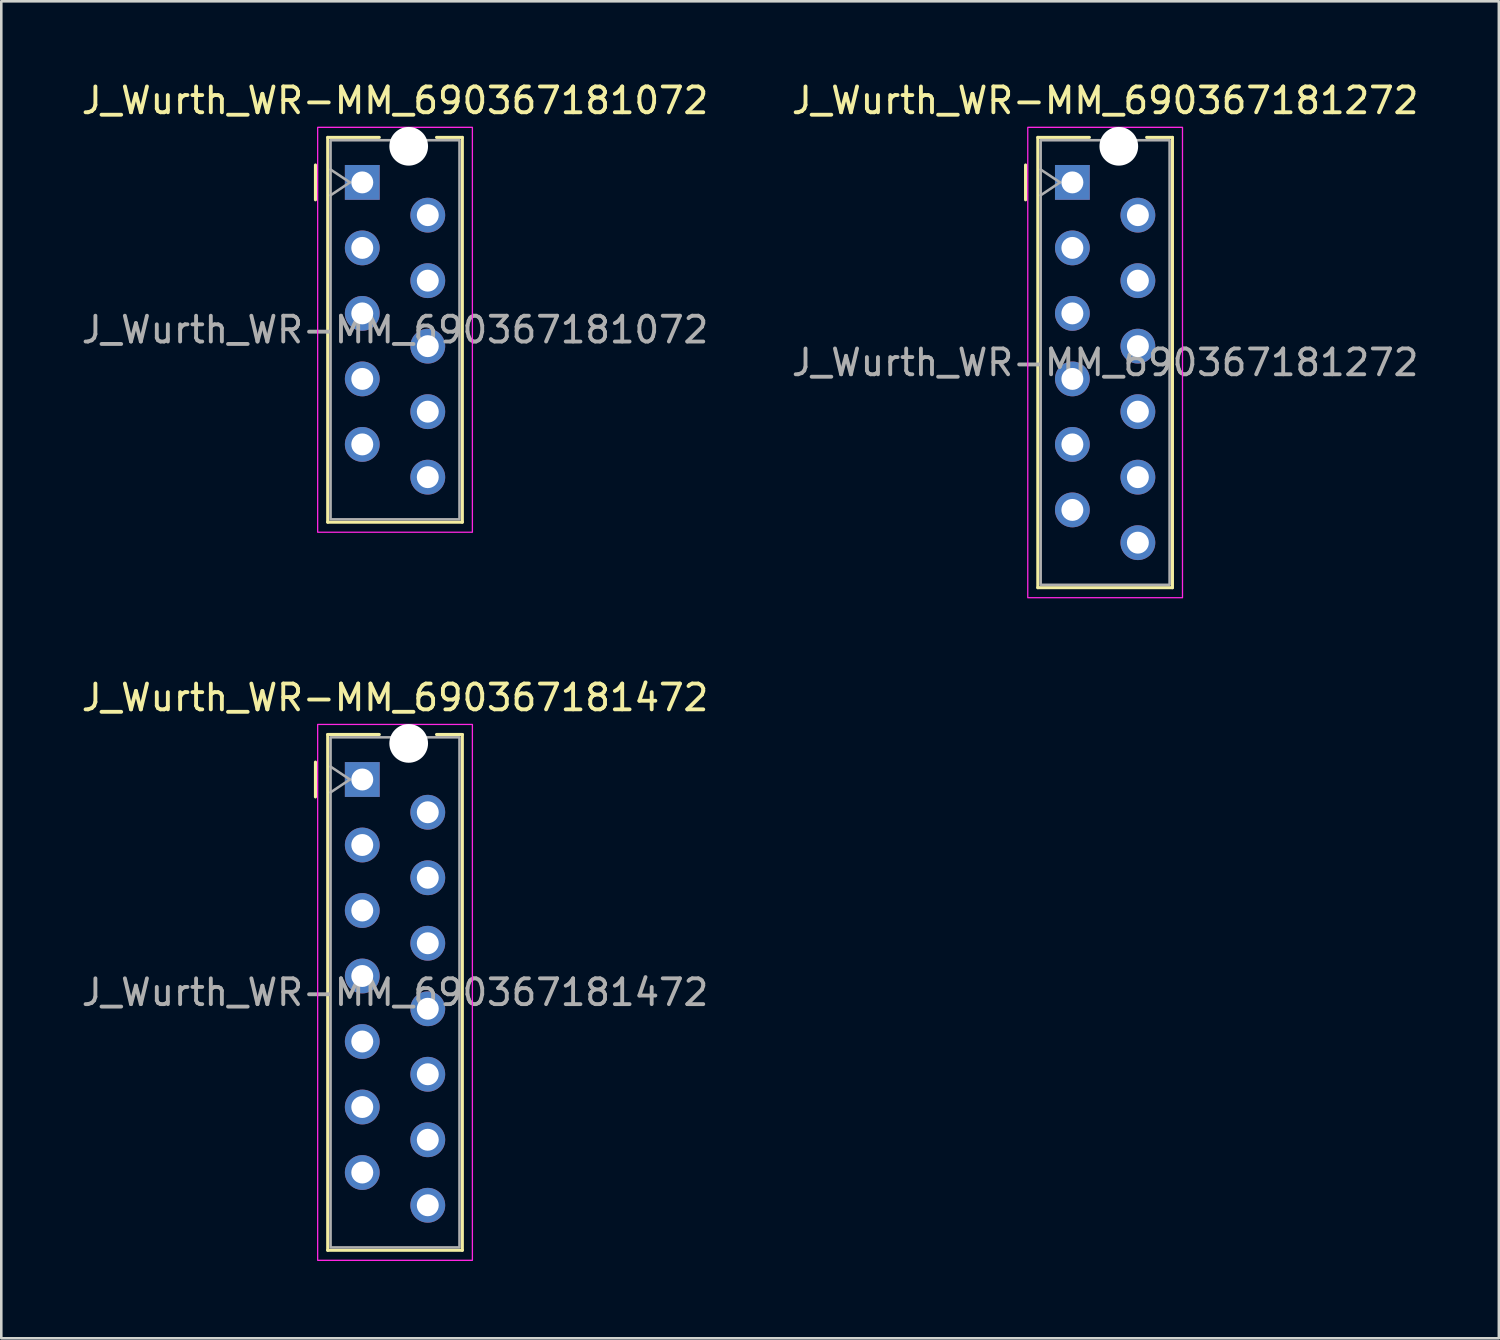
<source format=kicad_pcb>
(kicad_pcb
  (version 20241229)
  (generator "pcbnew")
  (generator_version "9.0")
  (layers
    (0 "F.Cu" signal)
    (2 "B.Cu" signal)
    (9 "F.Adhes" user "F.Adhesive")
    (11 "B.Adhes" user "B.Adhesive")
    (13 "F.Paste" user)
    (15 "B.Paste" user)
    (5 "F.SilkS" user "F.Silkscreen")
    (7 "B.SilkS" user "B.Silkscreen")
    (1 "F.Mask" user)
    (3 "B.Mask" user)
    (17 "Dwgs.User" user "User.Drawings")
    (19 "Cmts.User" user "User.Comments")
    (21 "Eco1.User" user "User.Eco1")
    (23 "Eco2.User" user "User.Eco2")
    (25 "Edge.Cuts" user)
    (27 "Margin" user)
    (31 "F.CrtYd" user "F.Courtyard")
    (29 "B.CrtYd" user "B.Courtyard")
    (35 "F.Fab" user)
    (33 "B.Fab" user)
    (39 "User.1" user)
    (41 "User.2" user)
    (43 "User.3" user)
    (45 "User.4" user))
  (footprint "J_Wurth_WR-MM_690367181272"
    (layer "F.Cu")
    (at 38.534 4.023)
    (property "Reference" "J_Wurth_WR-MM_690367181272" (at 1.27 -3.175 0) (unlocked yes) (layer "F.SilkS") (effects (font (size 1 1) (thickness 0.15))))
    (attr through_hole)
    (fp_line (start -1.815 0.675) (end -1.815 -0.675) (stroke (width 0.12) (type solid)) (layer "F.SilkS"))
    (fp_line (start -1.34 -1.745) (end -1.34 15.715) (stroke (width 0.12) (type solid)) (layer "F.SilkS"))
    (fp_line (start -1.34 -1.745) (end 0.66 -1.745) (stroke (width 0.12) (type solid)) (layer "F.SilkS"))
    (fp_line (start -1.34 15.715) (end 3.88 15.715) (stroke (width 0.12) (type solid)) (layer "F.SilkS"))
    (fp_line (start 3.88 -1.745) (end 2.88 -1.745) (stroke (width 0.12) (type solid)) (layer "F.SilkS"))
    (fp_line (start 3.88 -1.745) (end 3.88 15.715) (stroke (width 0.12) (type solid)) (layer "F.SilkS"))
    (fp_rect (start -1.73 -2.135) (end 4.27 16.105) (stroke (width 0.05) (type solid)) (fill no) (layer "F.CrtYd"))
    (fp_line (start -0.48 0) (end -1.23 -0.5) (stroke (width 0.1) (type solid)) (layer "F.Fab"))
    (fp_line (start -0.48 0) (end -1.23 0.5) (stroke (width 0.1) (type solid)) (layer "F.Fab"))
    (fp_rect (start -1.23 -1.635) (end 3.77 15.605) (stroke (width 0.1) (type solid)) (fill no) (layer "F.Fab"))
    (fp_text user "${REFERENCE}" (at 1.27 6.985 0) (unlocked yes) (layer "F.Fab") (effects (font (size 1 1) (thickness 0.15))))
    (pad "" np_thru_hole circle (at 1.8 -1.4 90) (size 1.5 1.5) (drill 1.5) (layers "*.Cu" "*.Mask"))
    (pad "1" thru_hole rect (at 0 0 90) (size 1.35 1.35) (drill 0.85) (layers "*.Cu" "*.Mask"))
    (pad "2" thru_hole circle (at 2.54 1.27 90) (size 1.35 1.35) (drill 0.85) (layers "*.Cu" "*.Mask"))
    (pad "3" thru_hole circle (at 0 2.54 90) (size 1.35 1.35) (drill 0.85) (layers "*.Cu" "*.Mask"))
    (pad "4" thru_hole circle (at 2.54 3.81 90) (size 1.35 1.35) (drill 0.85) (layers "*.Cu" "*.Mask"))
    (pad "5" thru_hole circle (at 0 5.08 90) (size 1.35 1.35) (drill 0.85) (layers "*.Cu" "*.Mask"))
    (pad "6" thru_hole circle (at 2.54 6.35 90) (size 1.35 1.35) (drill 0.85) (layers "*.Cu" "*.Mask"))
    (pad "7" thru_hole circle (at 0 7.62 90) (size 1.35 1.35) (drill 0.85) (layers "*.Cu" "*.Mask"))
    (pad "8" thru_hole circle (at 2.54 8.89 90) (size 1.35 1.35) (drill 0.85) (layers "*.Cu" "*.Mask"))
    (pad "9" thru_hole circle (at 0 10.16 90) (size 1.35 1.35) (drill 0.85) (layers "*.Cu" "*.Mask"))
    (pad "10" thru_hole circle (at 2.54 11.43 90) (size 1.35 1.35) (drill 0.85) (layers "*.Cu" "*.Mask"))
    (pad "11" thru_hole circle (at 0 12.7 90) (size 1.35 1.35) (drill 0.85) (layers "*.Cu" "*.Mask"))
    (pad "12" thru_hole circle (at 2.54 13.97 90) (size 1.35 1.35) (drill 0.85) (layers "*.Cu" "*.Mask")))
  (footprint "J_Wurth_WR-MM_690367181472"
    (layer "F.Cu")
    (at 10.998 27.177)
    (property "Reference" "J_Wurth_WR-MM_690367181472" (at 1.27 -3.175 0) (unlocked yes) (layer "F.SilkS") (effects (font (size 1 1) (thickness 0.15))))
    (attr through_hole)
    (fp_line (start -1.815 0.675) (end -1.815 -0.675) (stroke (width 0.12) (type solid)) (layer "F.SilkS"))
    (fp_line (start -1.34 -1.745) (end -1.34 18.255) (stroke (width 0.12) (type solid)) (layer "F.SilkS"))
    (fp_line (start -1.34 -1.745) (end 0.66 -1.745) (stroke (width 0.12) (type solid)) (layer "F.SilkS"))
    (fp_line (start -1.34 18.255) (end 3.88 18.255) (stroke (width 0.12) (type solid)) (layer "F.SilkS"))
    (fp_line (start 3.88 -1.745) (end 2.88 -1.745) (stroke (width 0.12) (type solid)) (layer "F.SilkS"))
    (fp_line (start 3.88 -1.745) (end 3.88 18.255) (stroke (width 0.12) (type solid)) (layer "F.SilkS"))
    (fp_rect (start -1.73 -2.135) (end 4.27 18.645) (stroke (width 0.05) (type solid)) (fill no) (layer "F.CrtYd"))
    (fp_line (start -0.48 0) (end -1.23 -0.5) (stroke (width 0.1) (type solid)) (layer "F.Fab"))
    (fp_line (start -0.48 0) (end -1.23 0.5) (stroke (width 0.1) (type solid)) (layer "F.Fab"))
    (fp_rect (start -1.23 -1.635) (end 3.77 18.145) (stroke (width 0.1) (type solid)) (fill no) (layer "F.Fab"))
    (fp_text user "${REFERENCE}" (at 1.27 8.255 0) (unlocked yes) (layer "F.Fab") (effects (font (size 1 1) (thickness 0.15))))
    (pad "" np_thru_hole circle (at 1.8 -1.4 90) (size 1.5 1.5) (drill 1.5) (layers "*.Cu" "*.Mask"))
    (pad "1" thru_hole rect (at 0 0 90) (size 1.35 1.35) (drill 0.85) (layers "*.Cu" "*.Mask"))
    (pad "2" thru_hole circle (at 2.54 1.27 90) (size 1.35 1.35) (drill 0.85) (layers "*.Cu" "*.Mask"))
    (pad "3" thru_hole circle (at 0 2.54 90) (size 1.35 1.35) (drill 0.85) (layers "*.Cu" "*.Mask"))
    (pad "4" thru_hole circle (at 2.54 3.81 90) (size 1.35 1.35) (drill 0.85) (layers "*.Cu" "*.Mask"))
    (pad "5" thru_hole circle (at 0 5.08 90) (size 1.35 1.35) (drill 0.85) (layers "*.Cu" "*.Mask"))
    (pad "6" thru_hole circle (at 2.54 6.35 90) (size 1.35 1.35) (drill 0.85) (layers "*.Cu" "*.Mask"))
    (pad "7" thru_hole circle (at 0 7.62 90) (size 1.35 1.35) (drill 0.85) (layers "*.Cu" "*.Mask"))
    (pad "8" thru_hole circle (at 2.54 8.89 90) (size 1.35 1.35) (drill 0.85) (layers "*.Cu" "*.Mask"))
    (pad "9" thru_hole circle (at 0 10.16 90) (size 1.35 1.35) (drill 0.85) (layers "*.Cu" "*.Mask"))
    (pad "10" thru_hole circle (at 2.54 11.43 90) (size 1.35 1.35) (drill 0.85) (layers "*.Cu" "*.Mask"))
    (pad "11" thru_hole circle (at 0 12.7 90) (size 1.35 1.35) (drill 0.85) (layers "*.Cu" "*.Mask"))
    (pad "12" thru_hole circle (at 2.54 13.97 90) (size 1.35 1.35) (drill 0.85) (layers "*.Cu" "*.Mask"))
    (pad "13" thru_hole circle (at 0 15.24 90) (size 1.35 1.35) (drill 0.85) (layers "*.Cu" "*.Mask"))
    (pad "14" thru_hole circle (at 2.54 16.51 90) (size 1.35 1.35) (drill 0.85) (layers "*.Cu" "*.Mask")))
  (footprint "J_Wurth_WR-MM_690367181072"
    (layer "F.Cu")
    (at 10.998 4.023)
    (property "Reference" "J_Wurth_WR-MM_690367181072" (at 1.27 -3.175 0) (unlocked yes) (layer "F.SilkS") (effects (font (size 1 1) (thickness 0.15))))
    (attr through_hole)
    (fp_line (start -1.815 0.675) (end -1.815 -0.675) (stroke (width 0.12) (type solid)) (layer "F.SilkS"))
    (fp_line (start -1.34 -1.745) (end -1.34 13.175) (stroke (width 0.12) (type solid)) (layer "F.SilkS"))
    (fp_line (start -1.34 -1.745) (end 0.66 -1.745) (stroke (width 0.12) (type solid)) (layer "F.SilkS"))
    (fp_line (start -1.34 13.175) (end 3.88 13.175) (stroke (width 0.12) (type solid)) (layer "F.SilkS"))
    (fp_line (start 3.88 -1.745) (end 2.88 -1.745) (stroke (width 0.12) (type solid)) (layer "F.SilkS"))
    (fp_line (start 3.88 -1.745) (end 3.88 13.175) (stroke (width 0.12) (type solid)) (layer "F.SilkS"))
    (fp_rect (start -1.73 -2.135) (end 4.27 13.565) (stroke (width 0.05) (type solid)) (fill no) (layer "F.CrtYd"))
    (fp_line (start -0.48 0) (end -1.23 -0.5) (stroke (width 0.1) (type solid)) (layer "F.Fab"))
    (fp_line (start -0.48 0) (end -1.23 0.5) (stroke (width 0.1) (type solid)) (layer "F.Fab"))
    (fp_rect (start -1.23 -1.635) (end 3.77 13.065) (stroke (width 0.1) (type solid)) (fill no) (layer "F.Fab"))
    (fp_text user "${REFERENCE}" (at 1.27 5.715 0) (unlocked yes) (layer "F.Fab") (effects (font (size 1 1) (thickness 0.15))))
    (pad "" np_thru_hole circle (at 1.8 -1.4 90) (size 1.5 1.5) (drill 1.5) (layers "*.Cu" "*.Mask"))
    (pad "1" thru_hole rect (at 0 0 90) (size 1.35 1.35) (drill 0.85) (layers "*.Cu" "*.Mask"))
    (pad "2" thru_hole circle (at 2.54 1.27 90) (size 1.35 1.35) (drill 0.85) (layers "*.Cu" "*.Mask"))
    (pad "3" thru_hole circle (at 0 2.54 90) (size 1.35 1.35) (drill 0.85) (layers "*.Cu" "*.Mask"))
    (pad "4" thru_hole circle (at 2.54 3.81 90) (size 1.35 1.35) (drill 0.85) (layers "*.Cu" "*.Mask"))
    (pad "5" thru_hole circle (at 0 5.08 90) (size 1.35 1.35) (drill 0.85) (layers "*.Cu" "*.Mask"))
    (pad "6" thru_hole circle (at 2.54 6.35 90) (size 1.35 1.35) (drill 0.85) (layers "*.Cu" "*.Mask"))
    (pad "7" thru_hole circle (at 0 7.62 90) (size 1.35 1.35) (drill 0.85) (layers "*.Cu" "*.Mask"))
    (pad "8" thru_hole circle (at 2.54 8.89 90) (size 1.35 1.35) (drill 0.85) (layers "*.Cu" "*.Mask"))
    (pad "9" thru_hole circle (at 0 10.16 90) (size 1.35 1.35) (drill 0.85) (layers "*.Cu" "*.Mask"))
    (pad "10" thru_hole circle (at 2.54 11.43 90) (size 1.35 1.35) (drill 0.85) (layers "*.Cu" "*.Mask")))
  (gr_rect
    (start -3 -3)
    (end 55.071 48.846)
    (stroke (width 0.1) (type default))
    (fill no)
    (layer "Edge.Cuts")))
</source>
